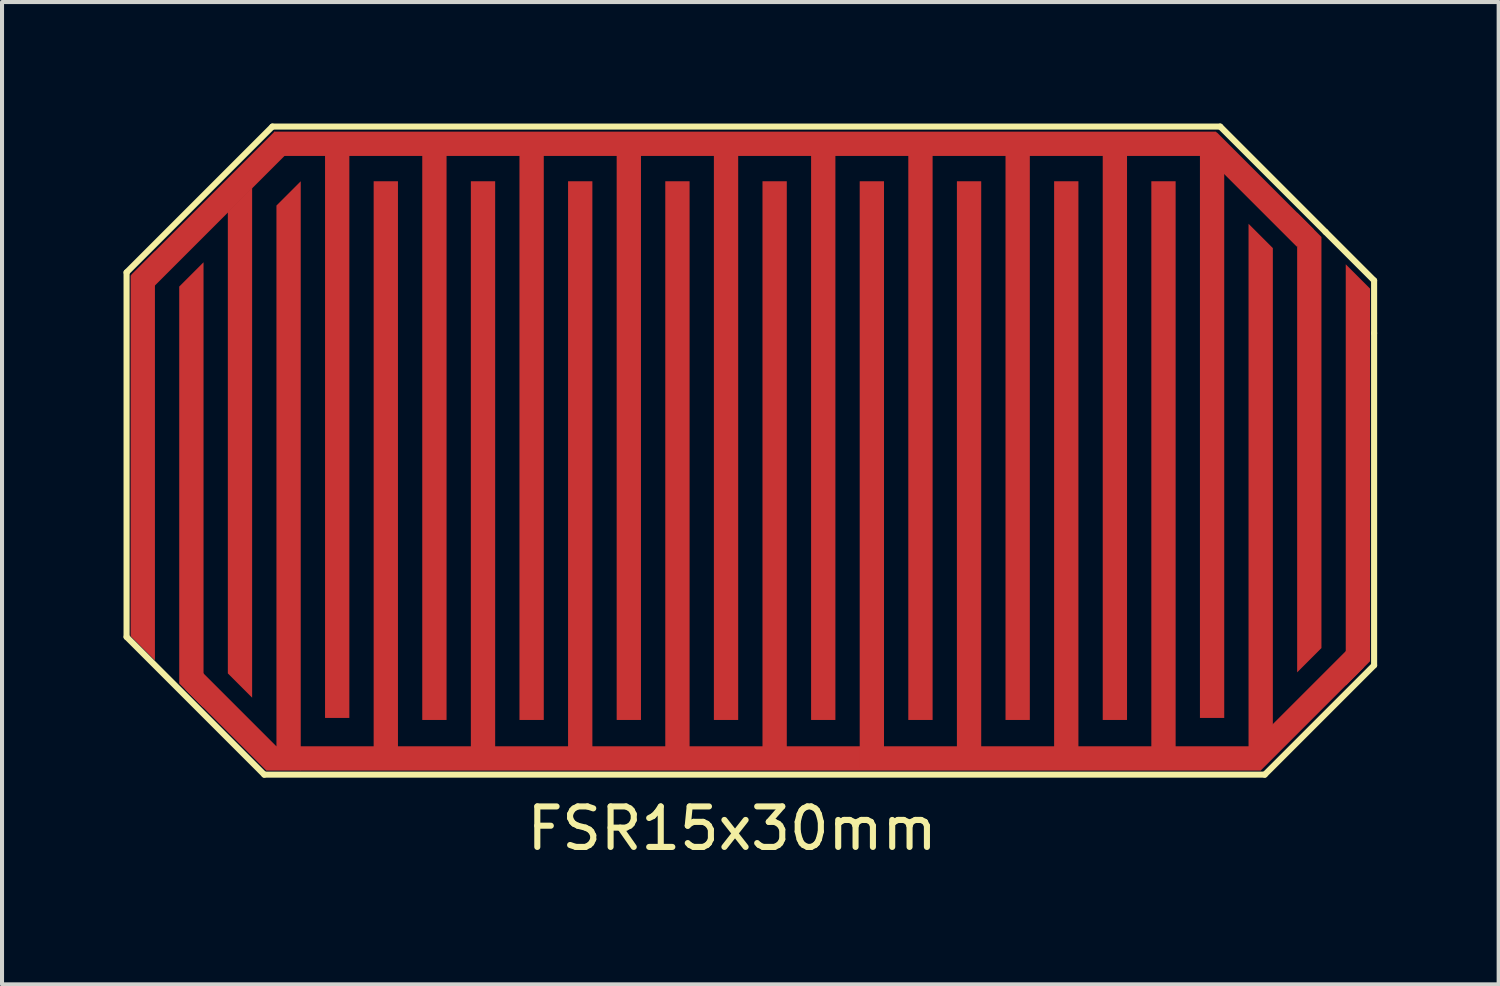
<source format=kicad_pcb>
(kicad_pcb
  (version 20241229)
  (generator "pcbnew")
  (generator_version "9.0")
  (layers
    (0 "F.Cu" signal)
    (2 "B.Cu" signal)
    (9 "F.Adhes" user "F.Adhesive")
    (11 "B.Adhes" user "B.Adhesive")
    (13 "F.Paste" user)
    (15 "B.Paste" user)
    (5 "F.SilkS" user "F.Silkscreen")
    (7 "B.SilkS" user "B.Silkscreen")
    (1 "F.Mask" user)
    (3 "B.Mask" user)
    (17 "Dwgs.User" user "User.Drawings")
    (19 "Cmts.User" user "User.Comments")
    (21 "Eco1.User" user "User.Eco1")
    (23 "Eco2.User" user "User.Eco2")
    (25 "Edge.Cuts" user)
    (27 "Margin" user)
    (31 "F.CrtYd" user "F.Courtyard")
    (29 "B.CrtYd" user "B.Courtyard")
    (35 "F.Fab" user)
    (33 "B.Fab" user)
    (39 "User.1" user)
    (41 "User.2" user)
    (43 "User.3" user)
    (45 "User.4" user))
  (footprint "FSR15x30mm"
    (layer "F.Cu")
    (at 14.475 1.475)
    (property "Reference" "FSR15x30mm" (at 0.55 15.93 180) (layer "F.SilkS") (effects (font (size 1 1) (thickness 0.15))))
    (attr through_hole)
    (fp_line (start -14.4 2.2) (end -14.4 11.2) (stroke (width 0.15) (type solid)) (layer "F.SilkS"))
    (fp_line (start -14.4 11.2) (end -11 14.6) (stroke (width 0.15) (type solid)) (layer "F.SilkS"))
    (fp_line (start -11 14.6) (end 13.7 14.6) (stroke (width 0.15) (type solid)) (layer "F.SilkS"))
    (fp_line (start -10.8 -1.4) (end -14.4 2.2) (stroke (width 0.15) (type solid)) (layer "F.SilkS"))
    (fp_line (start 12.6 -1.4) (end -10.8 -1.4) (stroke (width 0.15) (type solid)) (layer "F.SilkS"))
    (fp_line (start 12.6 -1.4) (end 15.2 1.2) (stroke (width 0.15) (type solid)) (layer "F.SilkS"))
    (fp_line (start 13.7 14.6) (end 16.4 11.9) (stroke (width 0.15) (type solid)) (layer "F.SilkS"))
    (fp_line (start 15.2 1.2) (end 16.4 2.4) (stroke (width 0.15) (type solid)) (layer "F.SilkS"))
    (fp_line (start 16.4 2.4) (end 16.4 3.7) (stroke (width 0.15) (type solid)) (layer "F.SilkS"))
    (fp_line (start 16.4 3.7) (end 16.4 11.9) (stroke (width 0.15) (type solid)) (layer "F.SilkS"))
    (pad "1" smd trapezoid (at -14 6.73 180) (size 0.6 9.5) (rect_delta 0.6 0) (layers "F.Cu" "F.Mask" "F.Paste"))
    (pad "1" smd rect (at -12.3 0.7 315) (size 0.6 5) (layers "F.Cu" "F.Mask" "F.Paste"))
    (pad "1" smd trapezoid (at -11.6 6.4 180) (size 0.6 12) (rect_delta 0.6 0) (layers "F.Cu" "F.Mask" "F.Paste"))
    (pad "1" smd rect (at -9.2 6.2 180) (size 0.6 14) (layers "F.Cu" "F.Mask" "F.Paste"))
    (pad "1" smd rect (at -6.8 6) (size 0.6 14.5) (layers "F.Cu" "F.Mask" "F.Paste"))
    (pad "1" smd rect (at -4.4 6) (size 0.6 14.5) (layers "F.Cu" "F.Mask" "F.Paste"))
    (pad "1" smd rect (at -2 6) (size 0.6 14.5) (layers "F.Cu" "F.Mask" "F.Paste"))
    (pad "1" smd rect (at 0.4 6) (size 0.6 14.5) (layers "F.Cu" "F.Mask" "F.Paste"))
    (pad "1" smd rect (at 0.875 -0.975) (size 23.25 0.6) (layers "F.Cu" "F.Mask" "F.Paste"))
    (pad "1" smd rect (at 2.8 6) (size 0.6 14.5) (layers "F.Cu" "F.Mask" "F.Paste"))
    (pad "1" smd rect (at 5.2 6) (size 0.6 14.5) (layers "F.Cu" "F.Mask" "F.Paste"))
    (pad "1" smd rect (at 7.6 6) (size 0.6 14.5) (layers "F.Cu" "F.Mask" "F.Paste"))
    (pad "1" smd rect (at 10 6) (size 0.6 14.5) (layers "F.Cu" "F.Mask" "F.Paste"))
    (pad "1" smd rect (at 12.4 6.2) (size 0.6 14) (layers "F.Cu" "F.Mask" "F.Paste"))
    (pad "1" smd rect (at 13.5 0.15 45) (size 0.6 3.4) (layers "F.Cu" "F.Mask" "F.Paste"))
    (pad "1" smd trapezoid (at 14.8 6.4) (size 0.6 10.75) (rect_delta 0.6 0) (layers "F.Cu" "F.Mask" "F.Paste"))
    (pad "2" smd trapezoid (at -12.8 7.45 180) (size 0.6 10.4) (rect_delta 0.6 0) (layers "F.Cu" "F.Mask" "F.Paste"))
    (pad "2" smd rect (at -11.738 13.288 225) (size 0.6 2.829) (layers "F.Cu" "F.Mask" "F.Paste"))
    (pad "2" smd trapezoid (at -10.4 7.225 180) (size 0.6 13.95) (rect_delta 0.6 0) (layers "F.Cu" "F.Mask" "F.Paste"))
    (pad "2" smd rect (at -8 7.2) (size 0.6 14.5) (layers "F.Cu" "F.Mask" "F.Paste"))
    (pad "2" smd rect (at -5.6 7.2) (size 0.6 14.5) (layers "F.Cu" "F.Mask" "F.Paste"))
    (pad "2" smd rect (at -3.2 7.2) (size 0.6 14.5) (layers "F.Cu" "F.Mask" "F.Paste"))
    (pad "2" smd rect (at -0.8 7.2) (size 0.6 14.5) (layers "F.Cu" "F.Mask" "F.Paste"))
    (pad "2" smd rect (at 1.325 14.2 180) (size 24.55 0.6) (layers "F.Cu" "F.Mask" "F.Paste"))
    (pad "2" smd rect (at 1.6 7.2) (size 0.6 14.5) (layers "F.Cu" "F.Mask" "F.Paste"))
    (pad "2" smd rect (at 4 7.2) (size 0.6 14.5) (layers "F.Cu" "F.Mask" "F.Paste"))
    (pad "2" smd rect (at 6.4 7.2) (size 0.6 14.5) (layers "F.Cu" "F.Mask" "F.Paste"))
    (pad "2" smd rect (at 8.8 7.2) (size 0.6 14.5) (layers "F.Cu" "F.Mask" "F.Paste"))
    (pad "2" smd rect (at 11.2 7.2) (size 0.6 14.5) (layers "F.Cu" "F.Mask" "F.Paste"))
    (pad "2" smd trapezoid (at 13.6 7.7) (size 0.6 12.8) (rect_delta 0.6 0) (layers "F.Cu" "F.Mask" "F.Paste"))
    (pad "2" smd rect (at 14.66 13.015 135) (size 0.6 3.6) (layers "F.Cu" "F.Mask" "F.Paste"))
    (pad "2" smd trapezoid (at 16 7.2) (size 0.6 9.8) (rect_delta 0.6 0) (layers "F.Cu" "F.Mask" "F.Paste")))
  (gr_rect
    (start -3 -3)
    (end 33.95 21.253)
    (stroke (width 0.1) (type default))
    (fill no)
    (layer "Edge.Cuts")))
</source>
